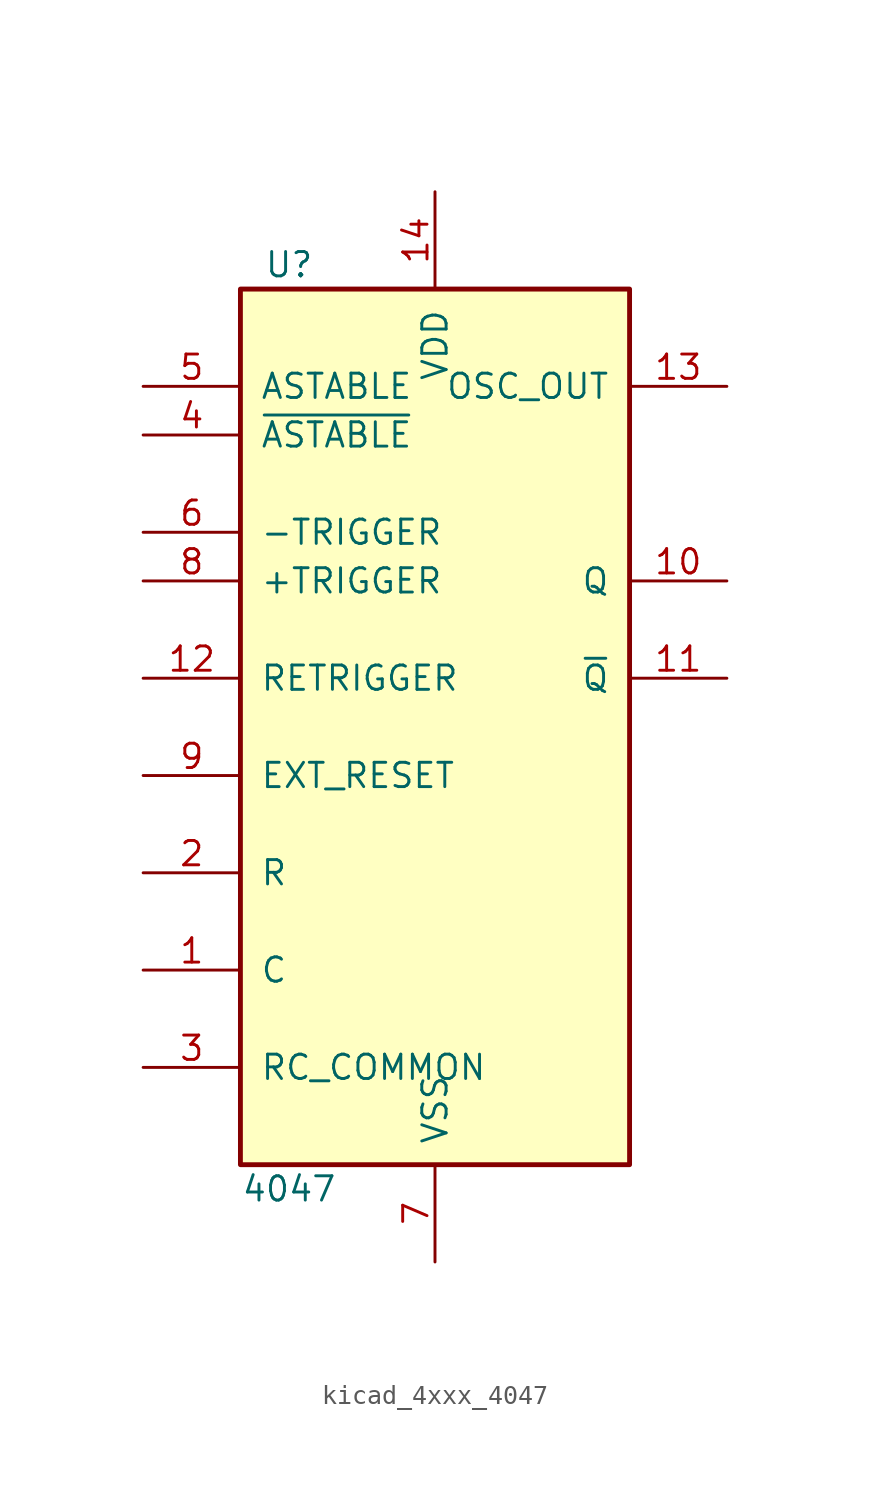
<source format=kicad_sym>
(kicad_symbol_lib
  (version 20220914)
  (generator kicad_symbol_editor)
  (symbol "kicad_4xxx_4047"
    (pin_names
      (offset 1.016))
    (property "Reference" "U"
      (at -7.62 24.13 0)
      (effects (font (size 1.27 1.27))))
    (property "Value" "4047"
      (at -7.62 -24.13 0)
      (effects (font (size 1.27 1.27))))
    (property "ki_locked" ""
      (at 0 0 0)
      (effects (font (size 1.27 1.27))))
    (symbol "kicad_4xxx_4047_1_0"
      (pin input line (at -15.24 -12.7 0) (length 5.08) (name "C" (effects (font (size 1.27 1.27)))) (number "1" (effects (font (size 1.27 1.27)))))
      (pin output line (at 15.24 7.62 180) (length 5.08) (name "Q" (effects (font (size 1.27 1.27)))) (number "10" (effects (font (size 1.27 1.27)))))
      (pin output line (at 15.24 2.54 180) (length 5.08) (name "~{Q}" (effects (font (size 1.27 1.27)))) (number "11" (effects (font (size 1.27 1.27)))))
      (pin input line (at -15.24 2.54 0) (length 5.08) (name "RETRIGGER" (effects (font (size 1.27 1.27)))) (number "12" (effects (font (size 1.27 1.27)))))
      (pin output line (at 15.24 17.78 180) (length 5.08) (name "OSC_OUT" (effects (font (size 1.27 1.27)))) (number "13" (effects (font (size 1.27 1.27)))))
      (pin power_in line (at 0 27.94 270) (length 5.08) (name "VDD" (effects (font (size 1.27 1.27)))) (number "14" (effects (font (size 1.27 1.27)))))
      (pin input line (at -15.24 -7.62 0) (length 5.08) (name "R" (effects (font (size 1.27 1.27)))) (number "2" (effects (font (size 1.27 1.27)))))
      (pin input line (at -15.24 -17.78 0) (length 5.08) (name "RC_COMMON" (effects (font (size 1.27 1.27)))) (number "3" (effects (font (size 1.27 1.27)))))
      (pin input line (at -15.24 15.24 0) (length 5.08) (name "~{ASTABLE}" (effects (font (size 1.27 1.27)))) (number "4" (effects (font (size 1.27 1.27)))))
      (pin input line (at -15.24 17.78 0) (length 5.08) (name "ASTABLE" (effects (font (size 1.27 1.27)))) (number "5" (effects (font (size 1.27 1.27)))))
      (pin input line (at -15.24 10.16 0) (length 5.08) (name "-TRIGGER" (effects (font (size 1.27 1.27)))) (number "6" (effects (font (size 1.27 1.27)))))
      (pin power_in line (at 0 -27.94 90) (length 5.08) (name "VSS" (effects (font (size 1.27 1.27)))) (number "7" (effects (font (size 1.27 1.27)))))
      (pin input line (at -15.24 7.62 0) (length 5.08) (name "+TRIGGER" (effects (font (size 1.27 1.27)))) (number "8" (effects (font (size 1.27 1.27)))))
      (pin input line (at -15.24 -2.54 0) (length 5.08) (name "EXT_RESET" (effects (font (size 1.27 1.27)))) (number "9" (effects (font (size 1.27 1.27))))))
    (symbol "kicad_4xxx_4047_1_1"
      (rectangle (start -10.16 22.86) (end 10.16 -22.86) (stroke (width 0.254) (type default)) (fill (type background))))))
</source>
